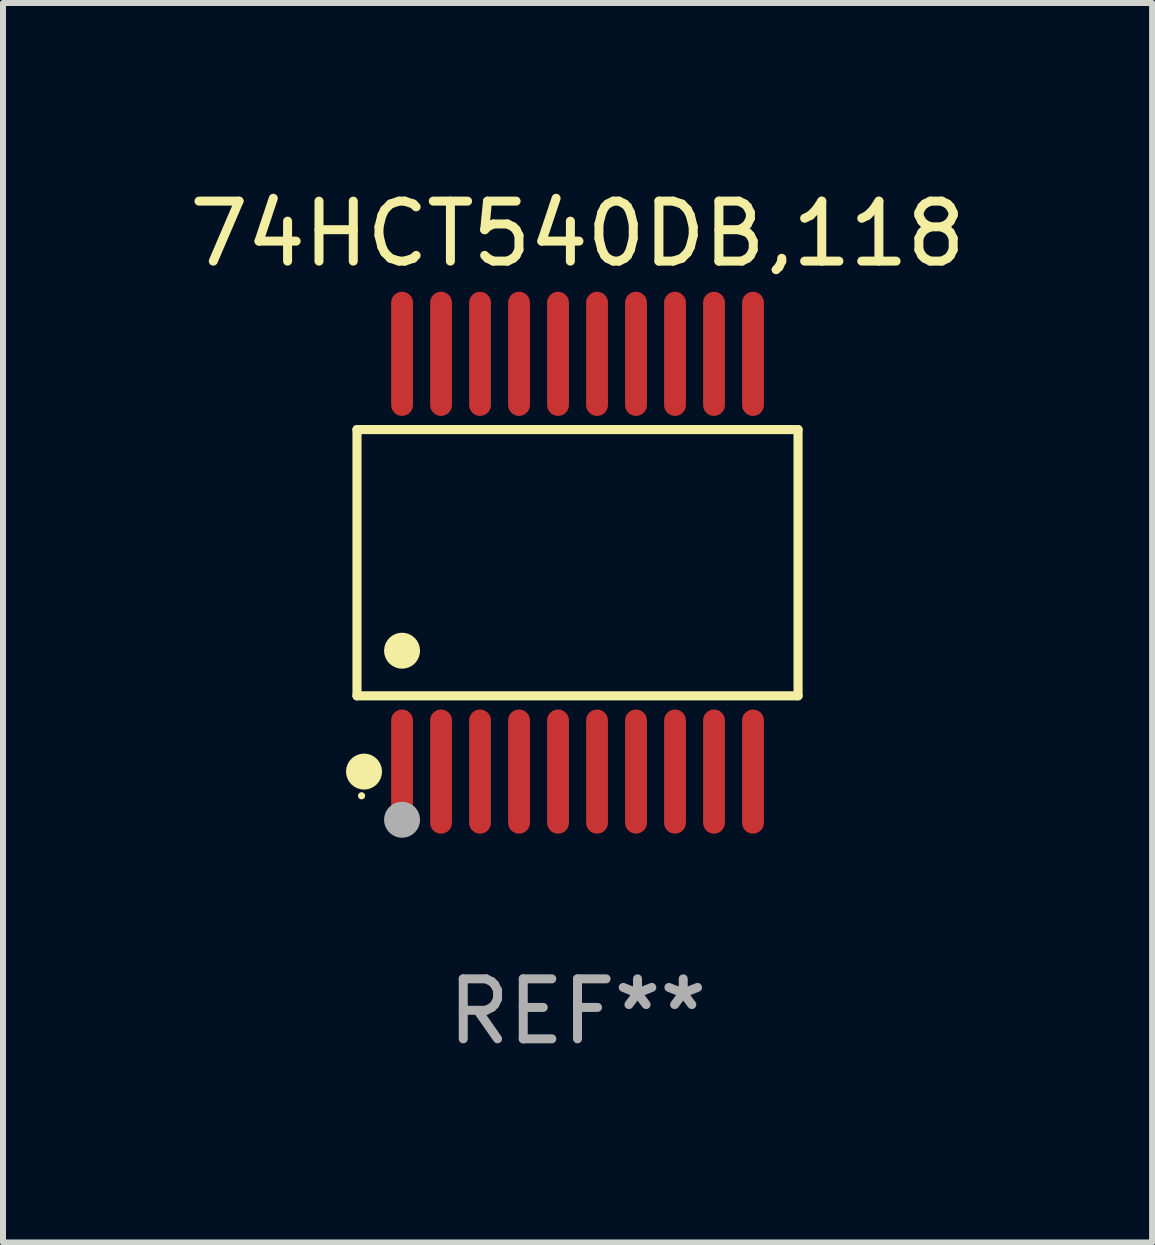
<source format=kicad_pcb>
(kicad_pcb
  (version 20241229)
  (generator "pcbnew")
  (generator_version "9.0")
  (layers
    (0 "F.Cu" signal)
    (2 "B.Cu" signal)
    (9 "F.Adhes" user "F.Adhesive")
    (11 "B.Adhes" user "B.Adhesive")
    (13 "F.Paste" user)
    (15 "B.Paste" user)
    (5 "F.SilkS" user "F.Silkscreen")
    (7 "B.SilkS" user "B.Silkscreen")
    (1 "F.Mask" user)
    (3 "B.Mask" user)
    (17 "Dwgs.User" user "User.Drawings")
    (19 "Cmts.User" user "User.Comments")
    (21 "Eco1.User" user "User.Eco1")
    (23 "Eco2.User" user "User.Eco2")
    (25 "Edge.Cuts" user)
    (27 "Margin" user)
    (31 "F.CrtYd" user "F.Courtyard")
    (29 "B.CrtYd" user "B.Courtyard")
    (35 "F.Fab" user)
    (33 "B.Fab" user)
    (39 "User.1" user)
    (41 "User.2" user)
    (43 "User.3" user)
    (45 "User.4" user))
  (footprint "74HCT540DB,118"
    (layer "F.Cu")
    (at 6.577 6.33)
    (property "Reference" "74HCT540DB,118" (at 0 -5.482 0) (layer "F.SilkS") (effects (font (size 1 1) (thickness 0.15))))
    (attr through_hole)
    (fp_line (start -3.676 -2.219) (end 3.676 -2.219) (stroke (width 0.152) (type solid)) (layer "F.SilkS"))
    (fp_line (start -3.676 2.219) (end -3.676 -2.219) (stroke (width 0.152) (type solid)) (layer "F.SilkS"))
    (fp_line (start 3.676 -2.219) (end 3.676 2.219) (stroke (width 0.152) (type solid)) (layer "F.SilkS"))
    (fp_line (start 3.676 2.219) (end -3.676 2.219) (stroke (width 0.152) (type solid)) (layer "F.SilkS"))
    (fp_circle (center -3.6 3.885) (end -3.57 3.885) (stroke (width 0.06) (type solid)) (fill no) (layer "F.SilkS"))
    (fp_circle (center -3.559 3.482) (end -3.409 3.482) (stroke (width 0.3) (type solid)) (fill no) (layer "F.SilkS"))
    (fp_circle (center -2.925 1.467) (end -2.775 1.467) (stroke (width 0.3) (type solid)) (fill no) (layer "F.SilkS"))
    (fp_circle (center -2.925 4.285) (end -2.775 4.285) (stroke (width 0.3) (type solid)) (fill no) (layer "F.Fab"))
    (fp_text user "REF**" (at 0 7.482 0) (layer "F.Fab") (effects (font (size 1 1) (thickness 0.15))))
    (pad "1" smd oval (at -2.925 3.482) (size 0.364 2.069) (layers "F.Cu" "F.Mask" "F.Paste"))
    (pad "2" smd oval (at -2.275 3.482) (size 0.364 2.069) (layers "F.Cu" "F.Mask" "F.Paste"))
    (pad "3" smd oval (at -1.625 3.482) (size 0.364 2.069) (layers "F.Cu" "F.Mask" "F.Paste"))
    (pad "4" smd oval (at -0.975 3.482) (size 0.364 2.069) (layers "F.Cu" "F.Mask" "F.Paste"))
    (pad "5" smd oval (at -0.325 3.482) (size 0.364 2.069) (layers "F.Cu" "F.Mask" "F.Paste"))
    (pad "6" smd oval (at 0.325 3.482) (size 0.364 2.069) (layers "F.Cu" "F.Mask" "F.Paste"))
    (pad "7" smd oval (at 0.975 3.482) (size 0.364 2.069) (layers "F.Cu" "F.Mask" "F.Paste"))
    (pad "8" smd oval (at 1.625 3.482) (size 0.364 2.069) (layers "F.Cu" "F.Mask" "F.Paste"))
    (pad "9" smd oval (at 2.275 3.482) (size 0.364 2.069) (layers "F.Cu" "F.Mask" "F.Paste"))
    (pad "10" smd oval (at 2.925 3.482) (size 0.364 2.069) (layers "F.Cu" "F.Mask" "F.Paste"))
    (pad "11" smd oval (at 2.925 -3.482) (size 0.364 2.069) (layers "F.Cu" "F.Mask" "F.Paste"))
    (pad "12" smd oval (at 2.275 -3.482) (size 0.364 2.069) (layers "F.Cu" "F.Mask" "F.Paste"))
    (pad "13" smd oval (at 1.625 -3.482) (size 0.364 2.069) (layers "F.Cu" "F.Mask" "F.Paste"))
    (pad "14" smd oval (at 0.975 -3.482) (size 0.364 2.069) (layers "F.Cu" "F.Mask" "F.Paste"))
    (pad "15" smd oval (at 0.325 -3.482) (size 0.364 2.069) (layers "F.Cu" "F.Mask" "F.Paste"))
    (pad "16" smd oval (at -0.325 -3.482) (size 0.364 2.069) (layers "F.Cu" "F.Mask" "F.Paste"))
    (pad "17" smd oval (at -0.975 -3.482) (size 0.364 2.069) (layers "F.Cu" "F.Mask" "F.Paste"))
    (pad "18" smd oval (at -1.625 -3.482) (size 0.364 2.069) (layers "F.Cu" "F.Mask" "F.Paste"))
    (pad "19" smd oval (at -2.275 -3.482) (size 0.364 2.069) (layers "F.Cu" "F.Mask" "F.Paste"))
    (pad "20" smd oval (at -2.925 -3.482) (size 0.364 2.069) (layers "F.Cu" "F.Mask" "F.Paste")))
  (gr_rect
    (start -3 -3)
    (end 16.155 17.661)
    (stroke (width 0.1) (type default))
    (fill no)
    (layer "Edge.Cuts")))
</source>
